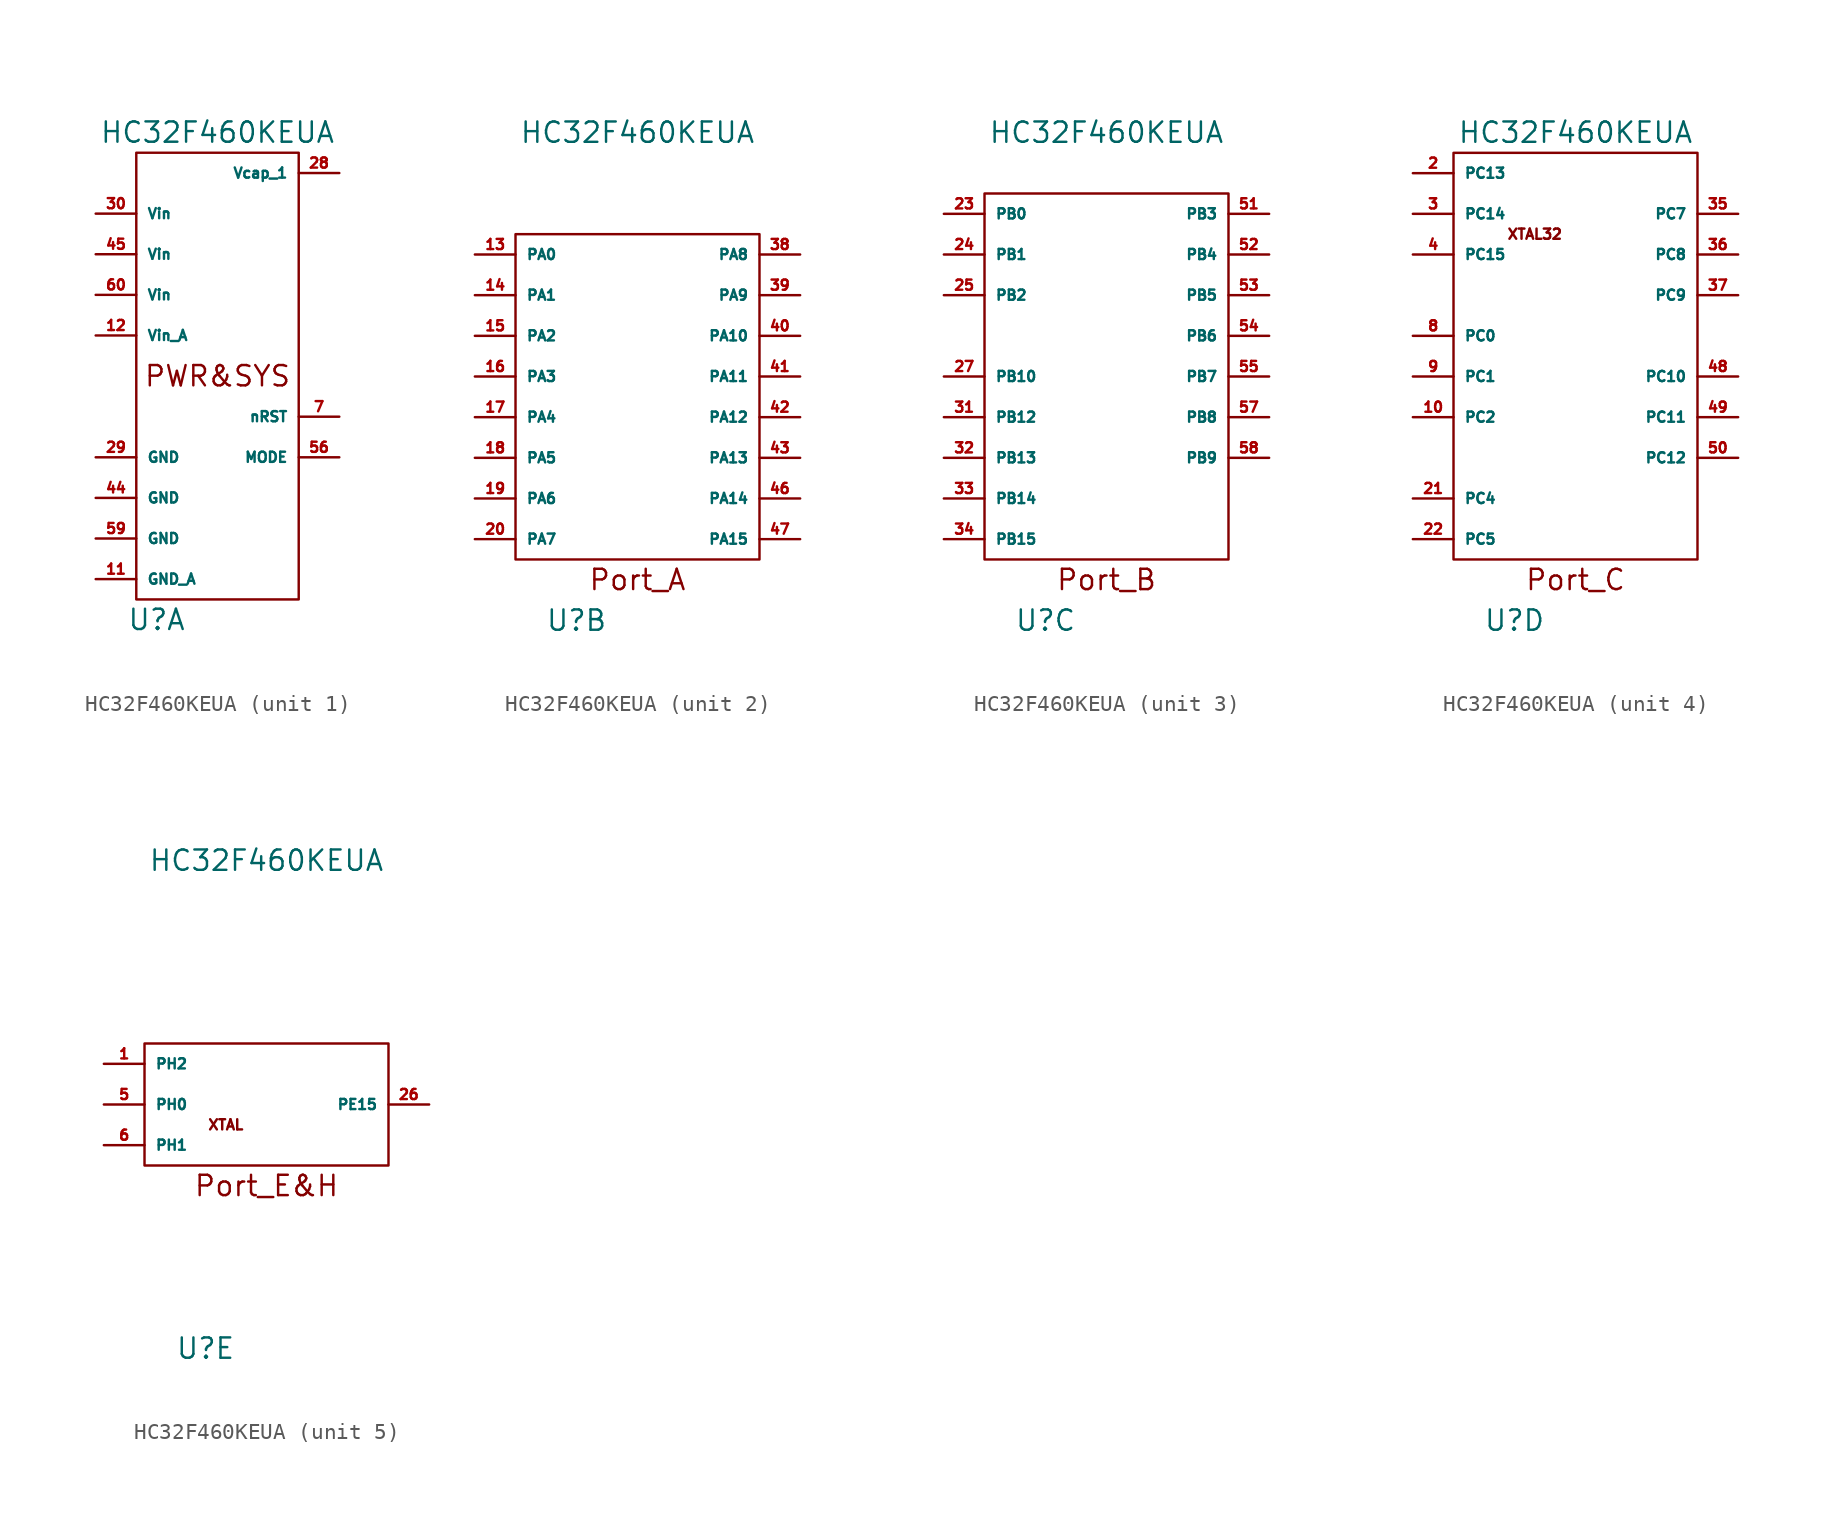
<source format=kicad_sym>
(kicad_symbol_lib
  (version 20211014)
  (generator kicad_symbol_editor)
  (symbol "HC32F460KEUA"
    (pin_names
      (offset 0.635))
    (property "Reference" "U"
      (at -3.81 -15.24 0)
      (effects (font (size 1.27 1.27))))
    (property "Value" "HC32F460KEUA"
      (at 0 15.24 0)
      (effects (font (size 1.27 1.27))))
    (property "ki_locked" ""
      (at 0 0 0)
      (effects (font (size 1.27 1.27))))
    (symbol "HC32F460KEUA_1_0"
      (rectangle (start -5.08 13.97) (end 5.08 -13.97) (stroke (width 0) (type default) (color 0 0 0 0)) (fill (type none)))
      (text "PWR&SYS" (at 0 0 0) (effects (font (size 1.27 1.27)))))
    (symbol "HC32F460KEUA_1_1"
      (pin power_in line (at -7.62 -12.7 0) (length 2.54) (name "GND_A" (effects (font (size 0.635 0.635)))) (number "11" (effects (font (size 0.635 0.635)))))
      (pin power_in line (at -7.62 2.54 0) (length 2.54) (name "Vin_A" (effects (font (size 0.635 0.635)))) (number "12" (effects (font (size 0.635 0.635)))))
      (pin power_in line (at 7.62 12.7 180) (length 2.54) (name "Vcap_1" (effects (font (size 0.635 0.635)))) (number "28" (effects (font (size 0.635 0.635)))))
      (pin power_in line (at -7.62 -5.08 0) (length 2.54) (name "GND" (effects (font (size 0.635 0.635)))) (number "29" (effects (font (size 0.635 0.635)))))
      (pin power_in line (at -7.62 10.16 0) (length 2.54) (name "Vin" (effects (font (size 0.635 0.635)))) (number "30" (effects (font (size 0.635 0.635)))))
      (pin power_in line (at -7.62 -7.62 0) (length 2.54) (name "GND" (effects (font (size 0.635 0.635)))) (number "44" (effects (font (size 0.635 0.635)))))
      (pin power_in line (at -7.62 7.62 0) (length 2.54) (name "Vin" (effects (font (size 0.635 0.635)))) (number "45" (effects (font (size 0.635 0.635)))))
      (pin input line (at 7.62 -5.08 180) (length 2.54) (name "MODE" (effects (font (size 0.635 0.635)))) (number "56" (effects (font (size 0.635 0.635)))) (alternate "NMI" input line) (alternate "PB11" input line))
      (pin power_in line (at -7.62 -10.16 0) (length 2.54) (name "GND" (effects (font (size 0.635 0.635)))) (number "59" (effects (font (size 0.635 0.635)))))
      (pin power_in line (at -7.62 5.08 0) (length 2.54) (name "Vin" (effects (font (size 0.635 0.635)))) (number "60" (effects (font (size 0.635 0.635)))))
      (pin input line (at 7.62 -2.54 180) (length 2.54) (name "nRST" (effects (font (size 0.635 0.635)))) (number "7" (effects (font (size 0.635 0.635))))))
    (symbol "HC32F460KEUA_2_0"
      (rectangle (start -7.62 8.89) (end 7.62 -11.43) (stroke (width 0) (type default) (color 0 0 0 0)) (fill (type none)))
      (text "Port_A" (at 0 -12.7 0) (effects (font (size 1.27 1.27)))))
    (symbol "HC32F460KEUA_2_1"
      (pin bidirectional line (at -10.16 7.62 0) (length 2.54) (name "PA0" (effects (font (size 0.635 0.635)))) (number "13" (effects (font (size 0.635 0.635)))) (alternate "ADC1_IN0" input line) (alternate "CMP1_INP1" input line) (alternate "Func_Grp1" bidirectional line) (alternate "SDIO2_D4" bidirectional line) (alternate "SPI1_SS1" output line) (alternate "TIM4-2_OUH" output line) (alternate "TIMA-2_CLKA" input clock) (alternate "TIMA-2_PWM1" bidirectional line) (alternate "TIMA-2_TRIG" input line))
      (pin bidirectional line (at -10.16 5.08 0) (length 2.54) (name "PA1" (effects (font (size 0.635 0.635)))) (number "14" (effects (font (size 0.635 0.635)))) (alternate "ADC1_IN1" input line) (alternate "CMP1_INP2" input line) (alternate "Func_Grp1" bidirectional line) (alternate "SDIO2_D5" bidirectional line) (alternate "SPI1_SS2" output line) (alternate "TIM4-2_OUL" output line) (alternate "TIMA-2_CLKB" input clock) (alternate "TIMA-2_PWM2" bidirectional line) (alternate "TIMA-3_TRIG" input line))
      (pin bidirectional line (at -10.16 2.54 0) (length 2.54) (name "PA2" (effects (font (size 0.635 0.635)))) (number "15" (effects (font (size 0.635 0.635)))) (alternate "ADC1_IN2" input line) (alternate "CMP1_INP3" input line) (alternate "Func_Grp1" bidirectional line) (alternate "SDIO2_D6" bidirectional line) (alternate "SPI1_SS3" output line) (alternate "TIM4-2_OVH" output line) (alternate "TIMA-2_PWM3" bidirectional line) (alternate "TIMA-5_CLKA" input clock) (alternate "TIMA-5_PWM1" bidirectional line))
      (pin bidirectional line (at -10.16 0 0) (length 2.54) (name "PA3" (effects (font (size 0.635 0.635)))) (number "16" (effects (font (size 0.635 0.635)))) (alternate "ADC1_IN3" input line) (alternate "CMP1_INP4" input line) (alternate "Func_Grp1" bidirectional line) (alternate "SDIO2_D7" bidirectional line) (alternate "TIM4-2_OVL" output line) (alternate "TIMA-2_PWM4" bidirectional line) (alternate "TIMA-5_CLKB" input clock) (alternate "TIMA-5_PWM2" bidirectional line) (alternate "Vss_PGA" power_in line))
      (pin bidirectional line (at -10.16 -2.54 0) (length 2.54) (name "PA4" (effects (font (size 0.635 0.635)))) (number "17" (effects (font (size 0.635 0.635)))) (alternate "ADC12_IN4" input line) (alternate "CMP2_INP1" input line) (alternate "CMP3_INP4" input line) (alternate "Func_Grp1" bidirectional line) (alternate "I2S1_EXCK" input clock) (alternate "KEYOUT0" output line) (alternate "TIM4-2_OWH" output line) (alternate "TIMA-3_PWM5" bidirectional line) (alternate "USART2_CK" bidirectional clock))
      (pin bidirectional line (at -10.16 -5.08 0) (length 2.54) (name "PA5" (effects (font (size 0.635 0.635)))) (number "18" (effects (font (size 0.635 0.635)))) (alternate "ADC12_IN5" input line) (alternate "CMP2_INP2" input line) (alternate "Func_Grp1" bidirectional line) (alternate "I2S1_MCK" output clock) (alternate "KEYOUT1" output line) (alternate "TIM4-2_OWL" output line) (alternate "TIMA-2_CLKA" input clock) (alternate "TIMA-2_PWM1" bidirectional line) (alternate "TIMA-2_TRIG" input line) (alternate "TIMA-3_PWM6" bidirectional line))
      (pin bidirectional line (at -10.16 -7.62 0) (length 2.54) (name "PA6" (effects (font (size 0.635 0.635)))) (number "19" (effects (font (size 0.635 0.635)))) (alternate "ADC12_IN6" input line) (alternate "CMP2_INP3" input line) (alternate "EMB_IN2" input line) (alternate "Func_Grp1" bidirectional line) (alternate "KEYOUT2" output line) (alternate "SDIO1_CMD" bidirectional line) (alternate "TIMA-3_CLKA" input clock) (alternate "TIMA-3_PWM1" bidirectional line))
      (pin bidirectional line (at -10.16 -10.16 0) (length 2.54) (name "PA7" (effects (font (size 0.635 0.635)))) (number "20" (effects (font (size 0.635 0.635)))) (alternate "ADC12_IN7" input line) (alternate "CMP1_INM1" input line) (alternate "CMP2_INM1" input line) (alternate "CMP3_INM1" input line) (alternate "EMB_IN3" input line) (alternate "Func_Grp1" bidirectional line) (alternate "KEYOUT3" output line) (alternate "SDIO2_WP" input line) (alternate "TIM4-1_OUL" output line) (alternate "TIM6-1_PWMB" bidirectional line) (alternate "TIMA-1_PWM5" bidirectional line) (alternate "TIMA-3_CLKB" input clock) (alternate "TIMA-3_PWM2" bidirectional line))
      (pin bidirectional line (at 10.16 7.62 180) (length 2.54) (name "PA8" (effects (font (size 0.635 0.635)))) (number "38" (effects (font (size 0.635 0.635)))) (alternate "Func_Grp1" bidirectional line) (alternate "MCO_1" output clock) (alternate "SDIO1_D1" bidirectional line) (alternate "TIM4-1_OUH" output line) (alternate "TIM6-1_PWMA" bidirectional line) (alternate "TIMA-1_CLKA" input clock) (alternate "TIMA-1_PWM1" bidirectional line) (alternate "USART1_CK" bidirectional clock) (alternate "USBFS_SOF" output line))
      (pin bidirectional line (at 10.16 5.08 180) (length 2.54) (name "PA9" (effects (font (size 0.635 0.635)))) (number "39" (effects (font (size 0.635 0.635)))) (alternate "Func_Grp1" bidirectional line) (alternate "SDIO1_D2" bidirectional line) (alternate "TIM4-1_OVH" output line) (alternate "TIM6-2_PWMA" bidirectional line) (alternate "TIMA-1_CLKB" input clock) (alternate "TIMA-1_PWM2" bidirectional line) (alternate "USBFS_VBUS" input line))
      (pin bidirectional line (at 10.16 2.54 180) (length 2.54) (name "PA10" (effects (font (size 0.635 0.635)))) (number "40" (effects (font (size 0.635 0.635)))) (alternate "Func_Grp1" bidirectional line) (alternate "SDIO1_CD" input line) (alternate "TIM4-1_OWH" output line) (alternate "TIM6-3_PWMA" bidirectional line) (alternate "TIMA-1_PWM3" bidirectional line) (alternate "TIMA-5_TRIG" input line) (alternate "USBFS_ID" input line))
      (pin bidirectional line (at 10.16 0 180) (length 2.54) (name "PA11" (effects (font (size 0.635 0.635)))) (number "41" (effects (font (size 0.635 0.635)))) (alternate "EMB_IN1" input line) (alternate "Func_Grp1" bidirectional line) (alternate "SDIO2_CD" input line) (alternate "TIM4-1_CLK" input clock) (alternate "TIMA-1_PWM4" bidirectional line) (alternate "USBFS_DM" bidirectional line))
      (pin bidirectional line (at 10.16 -2.54 180) (length 2.54) (name "PA12" (effects (font (size 0.635 0.635)))) (number "42" (effects (font (size 0.635 0.635)))) (alternate "Func_Grp1" bidirectional line) (alternate "SDIO2_WP" input line) (alternate "TIM4-3_OWL" output line) (alternate "TIM6_TRIGA" input line) (alternate "TIMA-1_TRIG" input line) (alternate "TIMA-6_CLKA" input clock) (alternate "TIMA-6_PWM1" bidirectional line) (alternate "USBFS_DP" bidirectional line))
      (pin bidirectional line (at 10.16 -5.08 180) (length 2.54) (name "PA13" (effects (font (size 0.635 0.635)))) (number "43" (effects (font (size 0.635 0.635)))) (alternate "Func_Grp1" bidirectional line) (alternate "JTMS_SWDIO" bidirectional line) (alternate "SDIO2_D3" bidirectional line) (alternate "SPI2_SS1" output line) (alternate "TIMA-2_PWM5" bidirectional line) (alternate "TIMA-6_CLKB" input clock) (alternate "TIMA-6_PWM2" bidirectional line))
      (pin bidirectional line (at 10.16 -7.62 180) (length 2.54) (name "PA14" (effects (font (size 0.635 0.635)))) (number "46" (effects (font (size 0.635 0.635)))) (alternate "Func_Grp1" bidirectional line) (alternate "I2S1_EXCK" input clock) (alternate "JTCK_SWCLK" input clock) (alternate "SDIO2_D2" bidirectional line) (alternate "SPI2_SS2" output line) (alternate "TIMA-2_PWM6" bidirectional line) (alternate "TIMA-4_TRIG" input line) (alternate "TIMA-6_PWM3" bidirectional line))
      (pin bidirectional line (at 10.16 -10.16 180) (length 2.54) (name "PA15" (effects (font (size 0.635 0.635)))) (number "47" (effects (font (size 0.635 0.635)))) (alternate "Func_Grp1" bidirectional line) (alternate "I2S1_MCK" output clock) (alternate "JTDI" input line) (alternate "SDIO2_D1" bidirectional line) (alternate "SPI2_SS3" output line) (alternate "TIMA-2_CLKA" input clock) (alternate "TIMA-2_PWM1" bidirectional line) (alternate "TIMA-2_TRIG" input line) (alternate "TIMA-6_PWM4" bidirectional line)))
    (symbol "HC32F460KEUA_3_0"
      (rectangle (start -7.62 11.43) (end 7.62 -11.43) (stroke (width 0) (type default) (color 0 0 0 0)) (fill (type none)))
      (text "Port_B" (at 0 -12.7 0) (effects (font (size 1.27 1.27)))))
    (symbol "HC32F460KEUA_3_1"
      (pin bidirectional line (at -10.16 10.16 0) (length 2.54) (name "PB0" (effects (font (size 0.635 0.635)))) (number "23" (effects (font (size 0.635 0.635)))) (alternate "ADC12_IN8" input line) (alternate "CMP3_INP1" input line) (alternate "Func_Grp1" bidirectional line) (alternate "KEYOUT4" output line) (alternate "SDIO2_CMD" bidirectional line) (alternate "TIM4-1_OVL" output line) (alternate "TIM6-2_PWMB" bidirectional line) (alternate "TIMA-1_PWM6" bidirectional line) (alternate "TIMA-3_PWM3" bidirectional line) (alternate "USART4_CK" bidirectional clock))
      (pin bidirectional line (at -10.16 7.62 0) (length 2.54) (name "PB1" (effects (font (size 0.635 0.635)))) (number "24" (effects (font (size 0.635 0.635)))) (alternate "ADC12_IN9" input line) (alternate "CMP3_INP2" input line) (alternate "Func_Grp1" bidirectional line) (alternate "I2S2_EXCK" input clock) (alternate "KEYOUT5" output line) (alternate "QSPI_nSS" output line) (alternate "SDIO2_D3" bidirectional line) (alternate "TIM4-1_OWL" output line) (alternate "TIM6-3_PWMB" bidirectional line) (alternate "TIMA-1_PWM7" bidirectional line) (alternate "TIMA-3_PWM4" bidirectional line))
      (pin bidirectional line (at -10.16 5.08 0) (length 2.54) (name "PB2" (effects (font (size 0.635 0.635)))) (number "25" (effects (font (size 0.635 0.635)))) (alternate "EMB_IN1" input line) (alternate "Func_Grp1" bidirectional line) (alternate "I2S2_MCK" output clock) (alternate "PVD2EXINP" input line) (alternate "QSPI_SIO3" bidirectional line) (alternate "SDIO2_D2" bidirectional line) (alternate "TIM6_TRIGB" input line) (alternate "TIMA-1_PWM8" bidirectional line) (alternate "VCOUT123" output line))
      (pin bidirectional line (at -10.16 0 0) (length 2.54) (name "PB10" (effects (font (size 0.635 0.635)))) (number "27" (effects (font (size 0.635 0.635)))) (alternate "ADTRG2" input line) (alternate "Func_Grp2" bidirectional line) (alternate "I2S3_EXCK" input clock) (alternate "QSPI_SIO2" bidirectional line) (alternate "SDIO1_D7" bidirectional line) (alternate "TIM4-2_OVH" output line) (alternate "TIMA-2_PWM3" bidirectional line) (alternate "TIMA-5_PWM8" bidirectional line))
      (pin bidirectional line (at -10.16 -2.54 0) (length 2.54) (name "PB12" (effects (font (size 0.635 0.635)))) (number "31" (effects (font (size 0.635 0.635)))) (alternate "EMB_IN2" input line) (alternate "Func_Grp2" bidirectional line) (alternate "I2S3_MCK" output clock) (alternate "QSPI_SIO1" bidirectional line) (alternate "SDIO2_D1" bidirectional line) (alternate "TIM4-2_OVL" output line) (alternate "TIM6_TRIGB" input line) (alternate "TIMA-1_PWM8" bidirectional line) (alternate "VCOUT1" output line))
      (pin bidirectional line (at -10.16 -5.08 0) (length 2.54) (name "PB13" (effects (font (size 0.635 0.635)))) (number "32" (effects (font (size 0.635 0.635)))) (alternate "Func_Grp2" bidirectional line) (alternate "QSPI_SIO0" bidirectional line) (alternate "SDIO2_D0" bidirectional line) (alternate "TIM4-1_OUL" output line) (alternate "TIM6-1_PWMB" bidirectional line) (alternate "TIMA-1_PWM5" bidirectional line) (alternate "VCOUT2" output line))
      (pin bidirectional line (at -10.16 -7.62 0) (length 2.54) (name "PB14" (effects (font (size 0.635 0.635)))) (number "33" (effects (font (size 0.635 0.635)))) (alternate "Func_Grp2" bidirectional line) (alternate "QSPI_SCK" output clock) (alternate "SDIO1_D6" bidirectional line) (alternate "TIM4-1_OVL" output line) (alternate "TIM6-2_PWMB" bidirectional line) (alternate "TIMA-1_PWM6" bidirectional line) (alternate "VCOUT3" output line))
      (pin bidirectional line (at -10.16 -10.16 0) (length 2.54) (name "PB15" (effects (font (size 0.635 0.635)))) (number "34" (effects (font (size 0.635 0.635)))) (alternate "EMB_IN4" input line) (alternate "Func_Grp2" bidirectional clock) (alternate "RTC_OUT" output clock) (alternate "SDIO1_CK" output clock) (alternate "TIM6-3_PWMB" bidirectional line) (alternate "TIMA-1_PWM7" bidirectional line) (alternate "TIMA-6_TRIG" input line) (alternate "TIMA4-1_OWL" output line) (alternate "USART3_CK" bidirectional clock))
      (pin bidirectional line (at 10.16 10.16 180) (length 2.54) (name "PB3" (effects (font (size 0.635 0.635)))) (number "51" (effects (font (size 0.635 0.635)))) (alternate "FCMREF" input clock) (alternate "Func_Grp2" bidirectional line) (alternate "JTDO_TRACESWO" output line) (alternate "SDIO2_D0" bidirectional line) (alternate "TIM4-3_CLK" input clock) (alternate "TIMA-2_CLKB" input clock) (alternate "TIMA-2_PWM2" bidirectional line) (alternate "TIMA-6_PWM5" bidirectional line))
      (pin bidirectional line (at 10.16 7.62 180) (length 2.54) (name "PB4" (effects (font (size 0.635 0.635)))) (number "52" (effects (font (size 0.635 0.635)))) (alternate "Func_Grp2" bidirectional line) (alternate "SDIO1_D0" bidirectional line) (alternate "TIM4-3_OWL" output line) (alternate "TIMA-3_CLKA" input clock) (alternate "TIMA-3_PWM1" bidirectional line) (alternate "TIMA-6_PWM6" bidirectional line) (alternate "nJTRST" input line))
      (pin bidirectional line (at 10.16 5.08 180) (length 2.54) (name "PB5" (effects (font (size 0.635 0.635)))) (number "53" (effects (font (size 0.635 0.635)))) (alternate "Func_Grp2" bidirectional line) (alternate "I2S4_EXCK" input clock) (alternate "SDIO1_D3" bidirectional line) (alternate "TIM4-3_OWH" output line) (alternate "TIMA-3_CLKB" input clock) (alternate "TIMA-3_PWM2" bidirectional line) (alternate "TIMA-6_PWM7" bidirectional line))
      (pin bidirectional line (at 10.16 2.54 180) (length 2.54) (name "PB6" (effects (font (size 0.635 0.635)))) (number "54" (effects (font (size 0.635 0.635)))) (alternate "ADTRG2" input line) (alternate "Func_Grp2" bidirectional line) (alternate "I2S4_MCK" output clock) (alternate "SDIO2_CK" output clock) (alternate "TIM4-3_OVL" output line) (alternate "TIMA-4_CLKA" input clock) (alternate "TIMA-4_PWM1" bidirectional line) (alternate "TIMA-6_PWM8" bidirectional line))
      (pin bidirectional line (at 10.16 0 180) (length 2.54) (name "PB7" (effects (font (size 0.635 0.635)))) (number "55" (effects (font (size 0.635 0.635)))) (alternate "ADTRG1" input line) (alternate "Func_Grp2" bidirectional line) (alternate "SDIO1_D0" bidirectional line) (alternate "TIM4-3_OVH" output line) (alternate "TIMA-4_CLKB" input clock) (alternate "TIMA-4_PWM2" bidirectional line))
      (pin bidirectional line (at 10.16 -2.54 180) (length 2.54) (name "PB8" (effects (font (size 0.635 0.635)))) (number "57" (effects (font (size 0.635 0.635)))) (alternate "Func_Grp2" bidirectional line) (alternate "KEYOUT7" output line) (alternate "SDIO1_D4" bidirectional line) (alternate "TIM4-3_OUL" output line) (alternate "TIMA-4_PWM3" bidirectional line) (alternate "USBFS_DRVBUS" output line))
      (pin bidirectional line (at 10.16 -5.08 180) (length 2.54) (name "PB9" (effects (font (size 0.635 0.635)))) (number "58" (effects (font (size 0.635 0.635)))) (alternate "Func_Grp2" bidirectional line) (alternate "KEYOUT6" output line) (alternate "SDIO1_D5" bidirectional line) (alternate "SPI2_SS1" output line) (alternate "TIM4-3_OUH" output line) (alternate "TIMA-4_PWM4" bidirectional line) (alternate "TIMA-6_TRIG" input line)))
    (symbol "HC32F460KEUA_4_0"
      (text "Port_C" (at 0 -12.7 0) (effects (font (size 1.27 1.27)))))
    (symbol "HC32F460KEUA_4_1"
      (rectangle (start -7.62 13.97) (end 7.62 -11.43) (stroke (width 0) (type default) (color 0 0 0 0)) (fill (type none)))
      (text "XTAL32" (at -2.54 8.89 0) (effects (font (size 0.635 0.635))))
      (pin bidirectional line (at -10.16 -2.54 0) (length 2.54) (name "PC2" (effects (font (size 0.635 0.635)))) (number "10" (effects (font (size 0.635 0.635)))) (alternate "ADC1_IN12" input line) (alternate "EMB_IN3" input line) (alternate "Func_Grp1" bidirectional line) (alternate "SDIO2_D7" bidirectional line) (alternate "TIMA-2_PWM7" bidirectional line))
      (pin bidirectional line (at -10.16 12.7 0) (length 2.54) (name "PC13" (effects (font (size 0.635 0.635)))) (number "2" (effects (font (size 0.635 0.635)))) (alternate "Func_Grp2" bidirectional line) (alternate "I2S3_MCK" output clock) (alternate "RTC_OUT" output clock) (alternate "SDIO2_CK" output clock) (alternate "TIMA-4_PWM8" bidirectional line))
      (pin bidirectional line (at -10.16 -7.62 0) (length 2.54) (name "PC4" (effects (font (size 0.635 0.635)))) (number "21" (effects (font (size 0.635 0.635)))) (alternate "ADC1_IN14" input line) (alternate "CMP2_INM2" input line) (alternate "Func_Grp1" bidirectional line) (alternate "SDIO2_CD" input line) (alternate "TIM4-2_OUH" output line) (alternate "TIMA-3_PWM7" bidirectional line) (alternate "USART1_CK" bidirectional clock))
      (pin bidirectional line (at -10.16 -10.16 0) (length 2.54) (name "PC5" (effects (font (size 0.635 0.635)))) (number "22" (effects (font (size 0.635 0.635)))) (alternate "ADC1_IN15" input line) (alternate "CMP3_INM2" input line) (alternate "Func_Grp1" bidirectional line) (alternate "SDIO2_CMD" bidirectional line) (alternate "TIM4-2_OUL" output line) (alternate "TIMA-3_PWM8" bidirectional line))
      (pin bidirectional line (at -10.16 10.16 0) (length 2.54) (name "PC14" (effects (font (size 0.635 0.635)))) (number "3" (effects (font (size 0.635 0.635)))) (alternate "TIMA-4_PWM5" bidirectional line) (alternate "XTAL32_OUT" output clock))
      (pin bidirectional line (at 10.16 10.16 180) (length 2.54) (name "PC7" (effects (font (size 0.635 0.635)))) (number "35" (effects (font (size 0.635 0.635)))) (alternate "Func_Grp2" bidirectional line) (alternate "I2S2_EXCK" input clock) (alternate "KEYOUT2" output line) (alternate "QSPI_nSS" output line) (alternate "SDIO1_D7" bidirectional line) (alternate "TIM4-2_CLK" input clock) (alternate "TIMA-3_CLKB" input clock) (alternate "TIMA-3_PWM2" bidirectional line) (alternate "TIMA-5_PWM7" bidirectional line))
      (pin bidirectional line (at 10.16 7.62 180) (length 2.54) (name "PC8" (effects (font (size 0.635 0.635)))) (number "36" (effects (font (size 0.635 0.635)))) (alternate "Func_Grp2" bidirectional line) (alternate "I2S2_MCK" output clock) (alternate "KEYOUT1" output line) (alternate "SDIO1_D0" bidirectional line) (alternate "TIM4-2_OWH" output line) (alternate "TIMA-3_PWM3" bidirectional line) (alternate "TIMA-5_PWM6" bidirectional line) (alternate "USART3_CK" bidirectional clock))
      (pin bidirectional line (at 10.16 5.08 180) (length 2.54) (name "PC9" (effects (font (size 0.635 0.635)))) (number "37" (effects (font (size 0.635 0.635)))) (alternate "Func_Grp1" bidirectional line) (alternate "KEYOUT0" output line) (alternate "MCO_2" output clock) (alternate "SDIO1_D1" bidirectional line) (alternate "TIM4-2_OWL" output line) (alternate "TIMA-3_PWM4" bidirectional line) (alternate "TIMA-5_PWM5" bidirectional line))
      (pin bidirectional line (at -10.16 7.62 0) (length 2.54) (name "PC15" (effects (font (size 0.635 0.635)))) (number "4" (effects (font (size 0.635 0.635)))) (alternate "TIMA-4_PWM6" bidirectional line) (alternate "XTAL32_IN" input clock))
      (pin bidirectional line (at 10.16 0 180) (length 2.54) (name "PC10" (effects (font (size 0.635 0.635)))) (number "48" (effects (font (size 0.635 0.635)))) (alternate "Func_Grp1" bidirectional line) (alternate "SDIO1_D2" bidirectional line) (alternate "TIM4-3_OUH" output line) (alternate "TIMA-2_PWM7" bidirectional line) (alternate "TIMA-5_CLKA" input clock) (alternate "TIMA-5_PWM1" bidirectional line))
      (pin bidirectional line (at 10.16 -2.54 180) (length 2.54) (name "PC11" (effects (font (size 0.635 0.635)))) (number "49" (effects (font (size 0.635 0.635)))) (alternate "Func_Grp1" bidirectional line) (alternate "SDIO1_D3" bidirectional line) (alternate "TIM4-3_OVH" output line) (alternate "TIMA-2_PWM8" bidirectional line) (alternate "TIMA-5_CLKB" input clock) (alternate "TIMA-5_PWM2" bidirectional line))
      (pin bidirectional line (at 10.16 -5.08 180) (length 2.54) (name "PC12" (effects (font (size 0.635 0.635)))) (number "50" (effects (font (size 0.635 0.635)))) (alternate "Func_Grp1" bidirectional line) (alternate "SDIO1_CK" output clock) (alternate "TIM4-3_OWH" output line) (alternate "TIM4_TRIG" input line) (alternate "TIMA-5_PWM3" bidirectional line))
      (pin bidirectional line (at -10.16 2.54 0) (length 2.54) (name "PC0" (effects (font (size 0.635 0.635)))) (number "8" (effects (font (size 0.635 0.635)))) (alternate "ADC12_IN10" input line) (alternate "CMP3_INP3" input line) (alternate "Func_Grp1" bidirectional line) (alternate "SDIO2_D5" bidirectional line) (alternate "TIMA-2_PWM5" bidirectional line))
      (pin bidirectional line (at -10.16 0 0) (length 2.54) (name "PC1" (effects (font (size 0.635 0.635)))) (number "9" (effects (font (size 0.635 0.635)))) (alternate "ADC12_IN11" input line) (alternate "Func_Grp1" bidirectional line) (alternate "SDIO2_D6" bidirectional line) (alternate "TIMA-2_PWM6" bidirectional line)))
    (symbol "HC32F460KEUA_5_0"
      (rectangle (start -7.62 3.81) (end 7.62 -3.81) (stroke (width 0) (type default) (color 0 0 0 0)) (fill (type none)))
      (text "Port_E&H" (at 0 -5.08 0) (effects (font (size 1.27 1.27)))))
    (symbol "HC32F460KEUA_5_1"
      (text "XTAL" (at -2.54 -1.27 0) (effects (font (size 0.635 0.635))))
      (pin bidirectional line (at -10.16 2.54 0) (length 2.54) (name "PH2" (effects (font (size 0.635 0.635)))) (number "1" (effects (font (size 0.635 0.635)))) (alternate "EMB_IN4" input line) (alternate "FCMREF" input clock) (alternate "Func_Grp1" bidirectional line) (alternate "I2S3_EXCK" input clock) (alternate "SDIO2_D4" bidirectional line) (alternate "TIM4-2_CLK" input clock) (alternate "TIMA-4_PWM7" bidirectional line))
      (pin bidirectional line (at 10.16 0 180) (length 2.54) (name "PE15" (effects (font (size 0.635 0.635)))) (number "26" (effects (font (size 0.635 0.635)))) (alternate "EMB_IN2" input line) (alternate "Func_Grp1" bidirectional line) (alternate "SDIO1_WP" input line) (alternate "TIMA-1_PWM8" bidirectional line) (alternate "TIMA-5_TRIG" input line) (alternate "USART4_CK" bidirectional clock))
      (pin bidirectional line (at -10.16 0 0) (length 2.54) (name "PH0" (effects (font (size 0.635 0.635)))) (number "5" (effects (font (size 0.635 0.635)))) (alternate "TIMA-5_PWM3" bidirectional line) (alternate "XTAL_IN" input clock))
      (pin bidirectional line (at -10.16 -2.54 0) (length 2.54) (name "PH1" (effects (font (size 0.635 0.635)))) (number "6" (effects (font (size 0.635 0.635)))) (alternate "TIMA-5_PWM4" bidirectional line) (alternate "XTAL_OUT" output clock)))))
</source>
